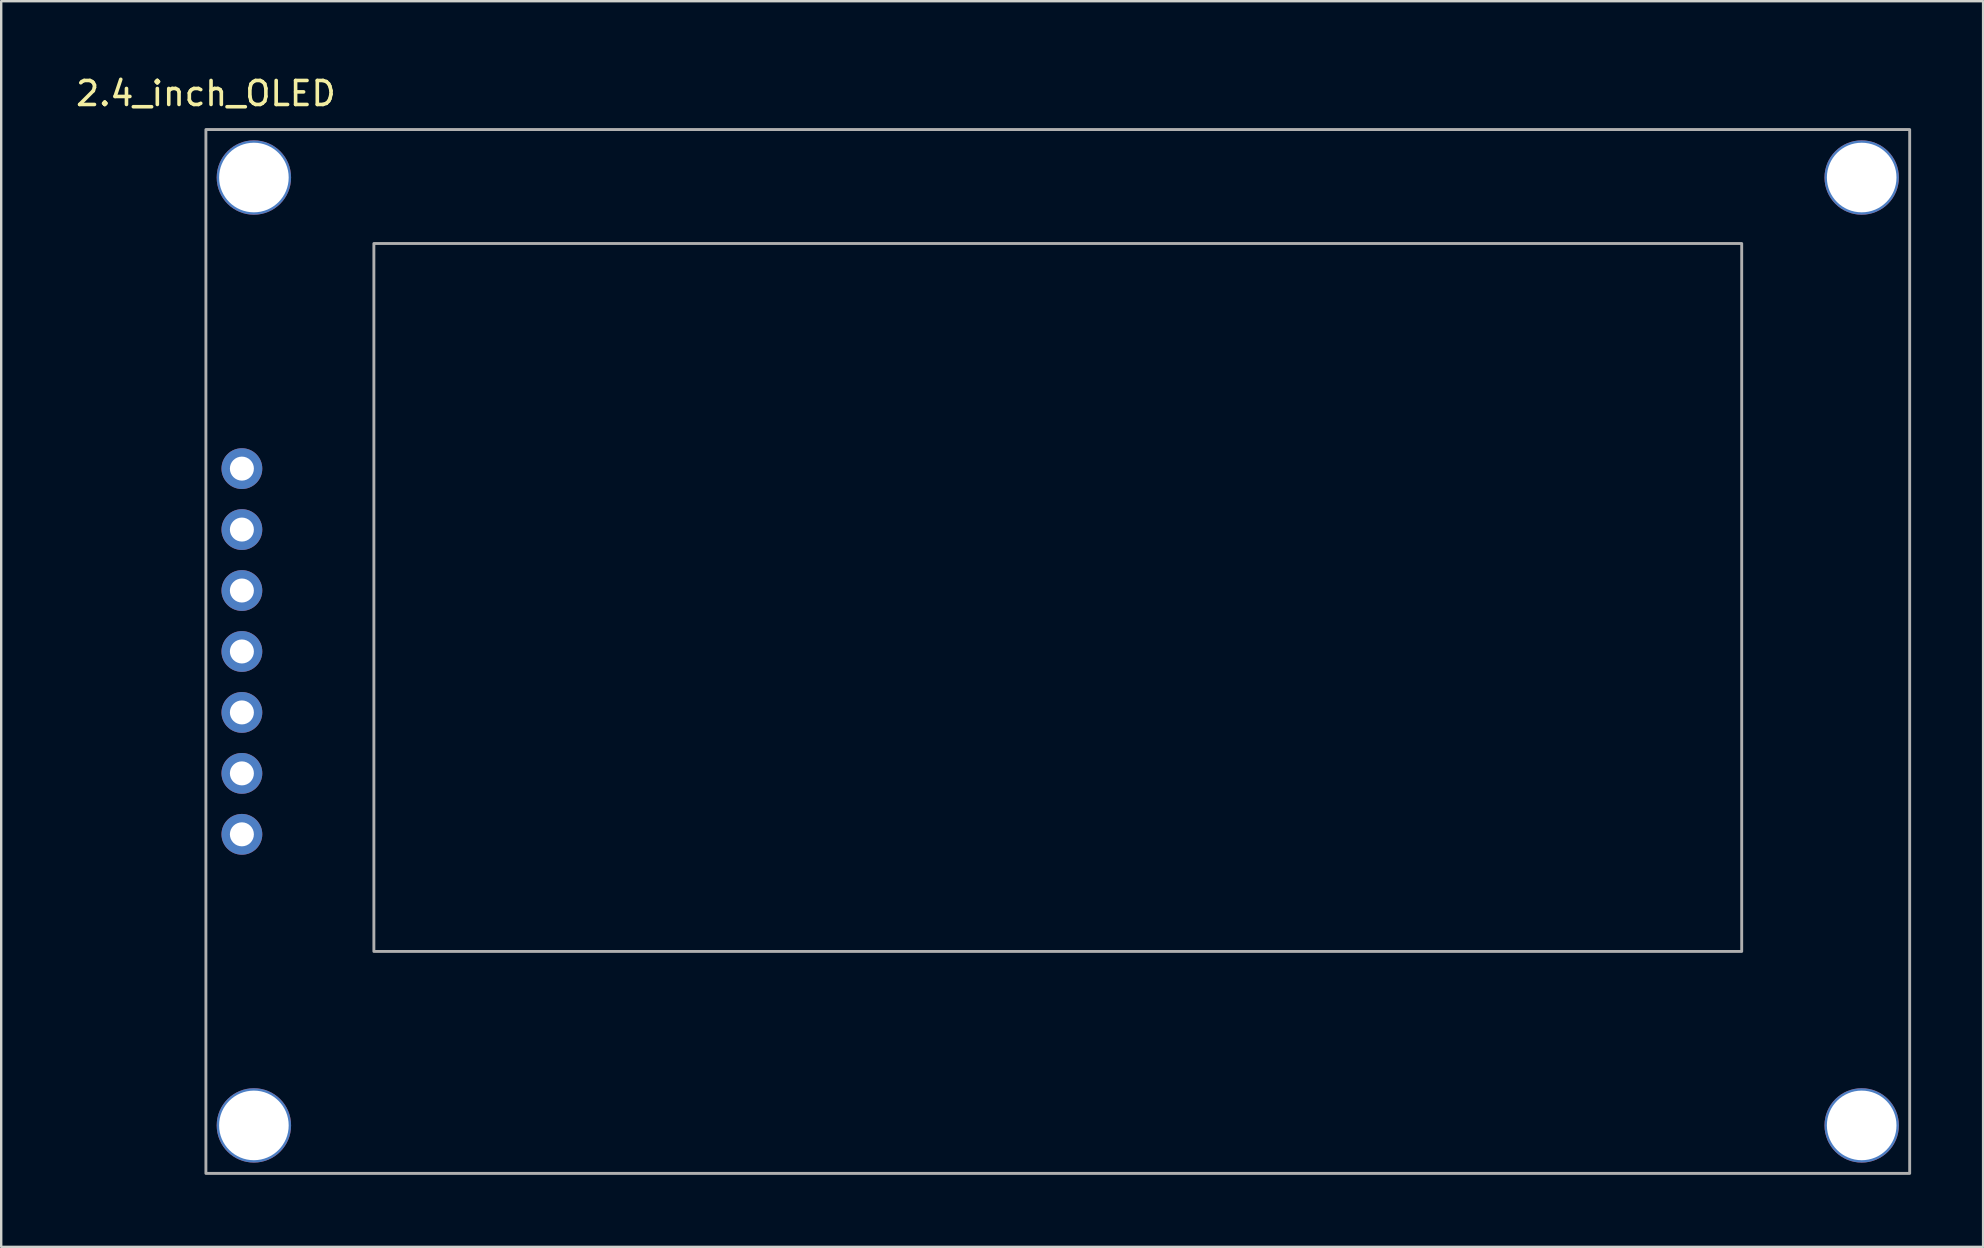
<source format=kicad_pcb>
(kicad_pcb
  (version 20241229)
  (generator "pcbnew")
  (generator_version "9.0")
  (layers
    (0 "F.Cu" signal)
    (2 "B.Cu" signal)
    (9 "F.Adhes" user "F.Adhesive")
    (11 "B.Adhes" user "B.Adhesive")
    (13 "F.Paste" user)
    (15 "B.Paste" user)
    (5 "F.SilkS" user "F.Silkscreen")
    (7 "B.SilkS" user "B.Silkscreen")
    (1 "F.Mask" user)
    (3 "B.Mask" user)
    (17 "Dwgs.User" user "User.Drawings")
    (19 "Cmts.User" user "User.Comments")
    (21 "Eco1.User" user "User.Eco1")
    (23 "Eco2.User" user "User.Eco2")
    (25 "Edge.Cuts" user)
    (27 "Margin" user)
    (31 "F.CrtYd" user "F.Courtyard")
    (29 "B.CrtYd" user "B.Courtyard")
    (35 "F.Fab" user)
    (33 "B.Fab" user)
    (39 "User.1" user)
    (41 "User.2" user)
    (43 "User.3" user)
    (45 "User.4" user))
  (footprint "2.4_inch_OLED"
    (layer "F.Cu")
    (at 5.53 2.348)
    (property "Reference" "2.4_inch_OLED" (at 0 -1.5 0) (unlocked yes) (layer "F.SilkS") (effects (font (size 1 1) (thickness 0.15))))
    (attr through_hole)
    (fp_rect (start 0 0) (end 71 43.5) (stroke (width 0.12) (type solid)) (fill no) (layer "F.Fab"))
    (fp_rect (start 7 4.75) (end 64 34.25) (stroke (width 0.12) (type solid)) (fill no) (layer "F.Fab"))
    (pad "" thru_hole circle (at 2 2) (size 3.1 3.1) (drill 2.9) (layers "*.Cu" "*.Mask"))
    (pad "" thru_hole circle (at 2 41.5) (size 3.1 3.1) (drill 2.9) (layers "*.Cu" "*.Mask"))
    (pad "" thru_hole circle (at 69 2) (size 3.1 3.1) (drill 2.9) (layers "*.Cu" "*.Mask"))
    (pad "" thru_hole circle (at 69 41.5) (size 3.1 3.1) (drill 2.9) (layers "*.Cu" "*.Mask"))
    (pad "1" thru_hole circle (at 1.5 29.37) (size 1.7 1.7) (drill 1) (layers "*.Cu" "*.Mask"))
    (pad "2" thru_hole circle (at 1.5 26.83) (size 1.7 1.7) (drill 1) (layers "*.Cu" "*.Mask"))
    (pad "3" thru_hole circle (at 1.5 24.29) (size 1.7 1.7) (drill 1) (layers "*.Cu" "*.Mask"))
    (pad "4" thru_hole circle (at 1.5 21.75) (size 1.7 1.7) (drill 1) (layers "*.Cu" "*.Mask"))
    (pad "5" thru_hole circle (at 1.5 19.21) (size 1.7 1.7) (drill 1) (layers "*.Cu" "*.Mask"))
    (pad "6" thru_hole circle (at 1.5 16.67) (size 1.7 1.7) (drill 1) (layers "*.Cu" "*.Mask"))
    (pad "7" thru_hole circle (at 1.5 14.13) (size 1.7 1.7) (drill 1) (layers "*.Cu" "*.Mask")))
  (gr_rect
    (start -3 -3)
    (end 79.59 48.908)
    (stroke (width 0.1) (type default))
    (fill no)
    (layer "Edge.Cuts")))
</source>
